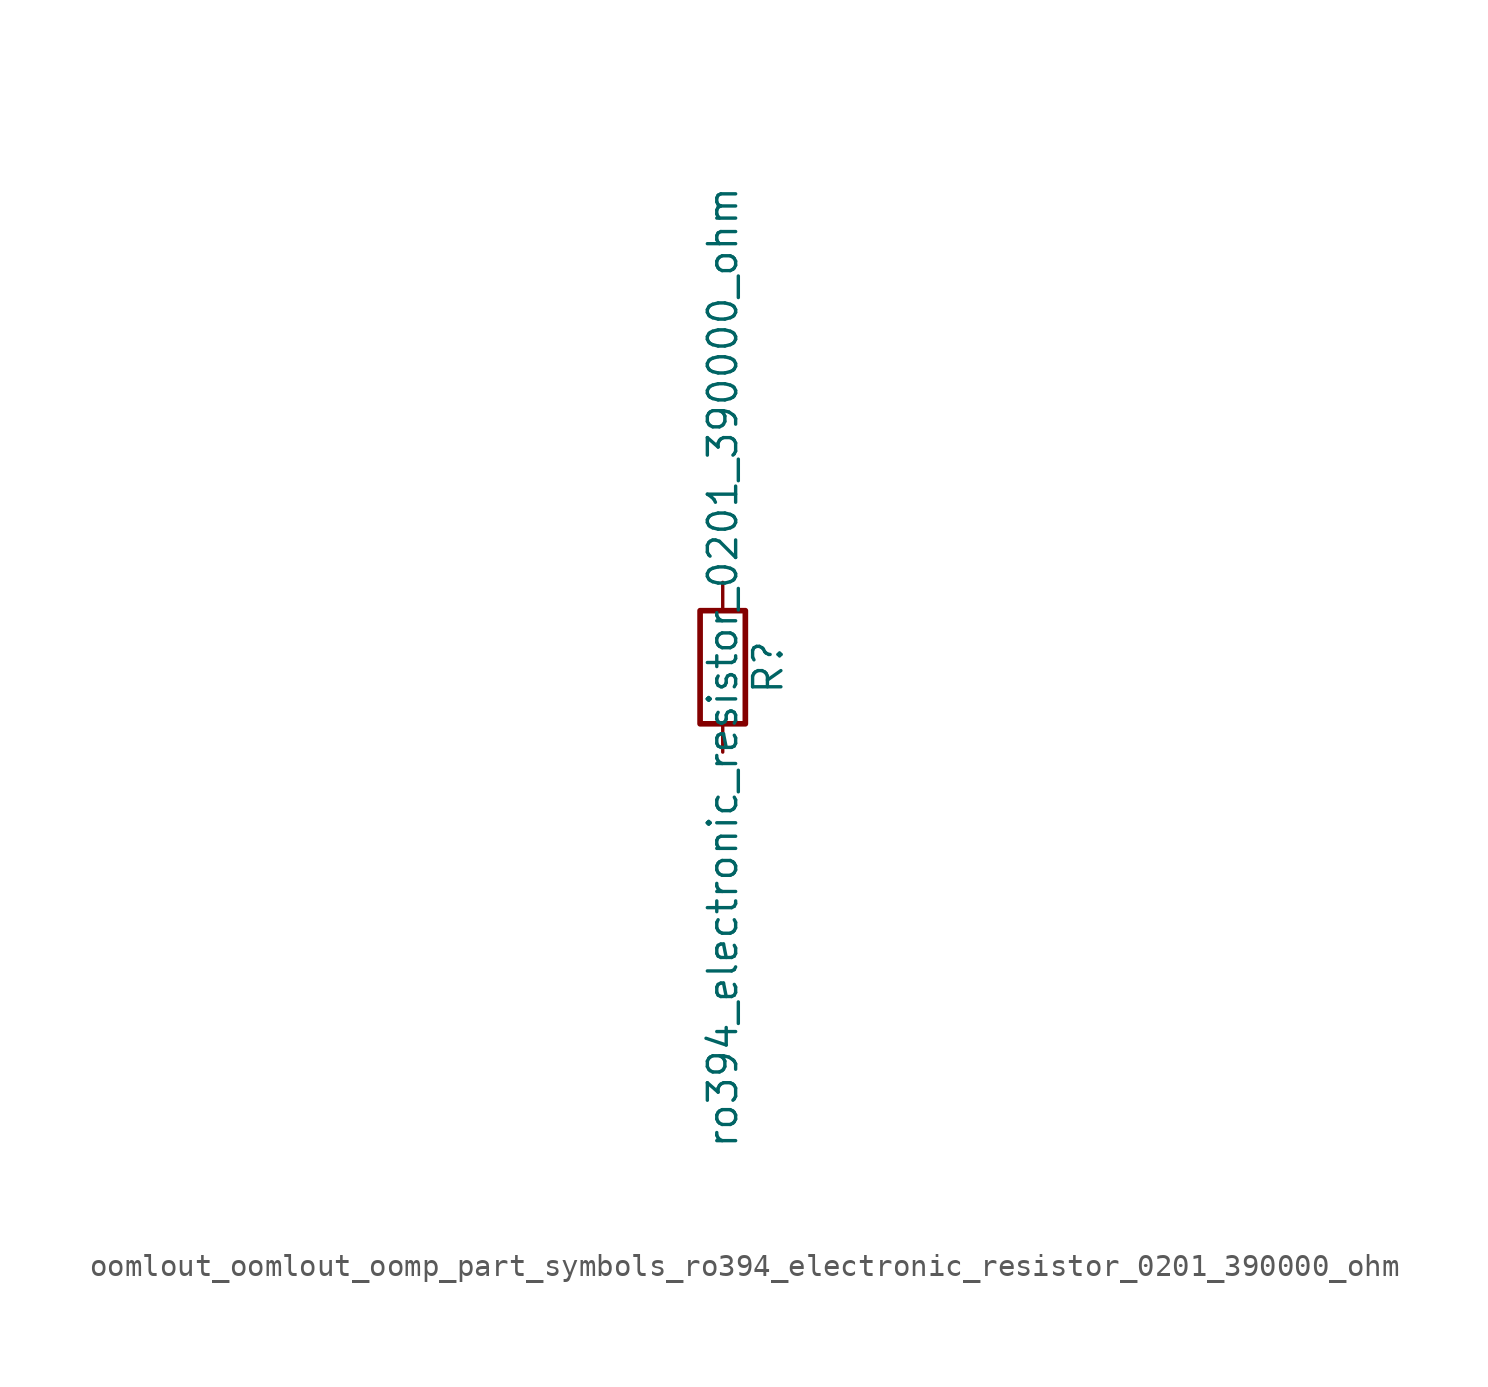
<source format=kicad_sym>
(kicad_symbol_lib
  (version 20220914)
  (generator kicad_symbol_editor)
  (symbol "oomlout_oomlout_oomp_part_symbols_ro394_electronic_resistor_0201_390000_ohm"
    (pin_numbers hide)
    (pin_names
      (offset 0))
    (property "Reference" "R"
      (at 2.032 0 90)
      (effects (font (size 1.27 1.27))))
    (property "Value" "ro394_electronic_resistor_0201_390000_ohm"
      (at 0 0 90)
      (effects (font (size 1.27 1.27))))
    (symbol "oomlout_oomlout_oomp_part_symbols_ro394_electronic_resistor_0201_390000_ohm_0_1"
      (rectangle (start -1.016 -2.54) (end 1.016 2.54) (stroke (width 0.254) (type default)) (fill (type none))))
    (symbol "oomlout_oomlout_oomp_part_symbols_ro394_electronic_resistor_0201_390000_ohm_1_1"
      (pin passive line (at 0 3.81 270) (length 1.27) (name "~" (effects (font (size 1.27 1.27)))) (number "1" (effects (font (size 1.27 1.27)))))
      (pin passive line (at 0 -3.81 90) (length 1.27) (name "~" (effects (font (size 1.27 1.27)))) (number "2" (effects (font (size 1.27 1.27))))))))
</source>
